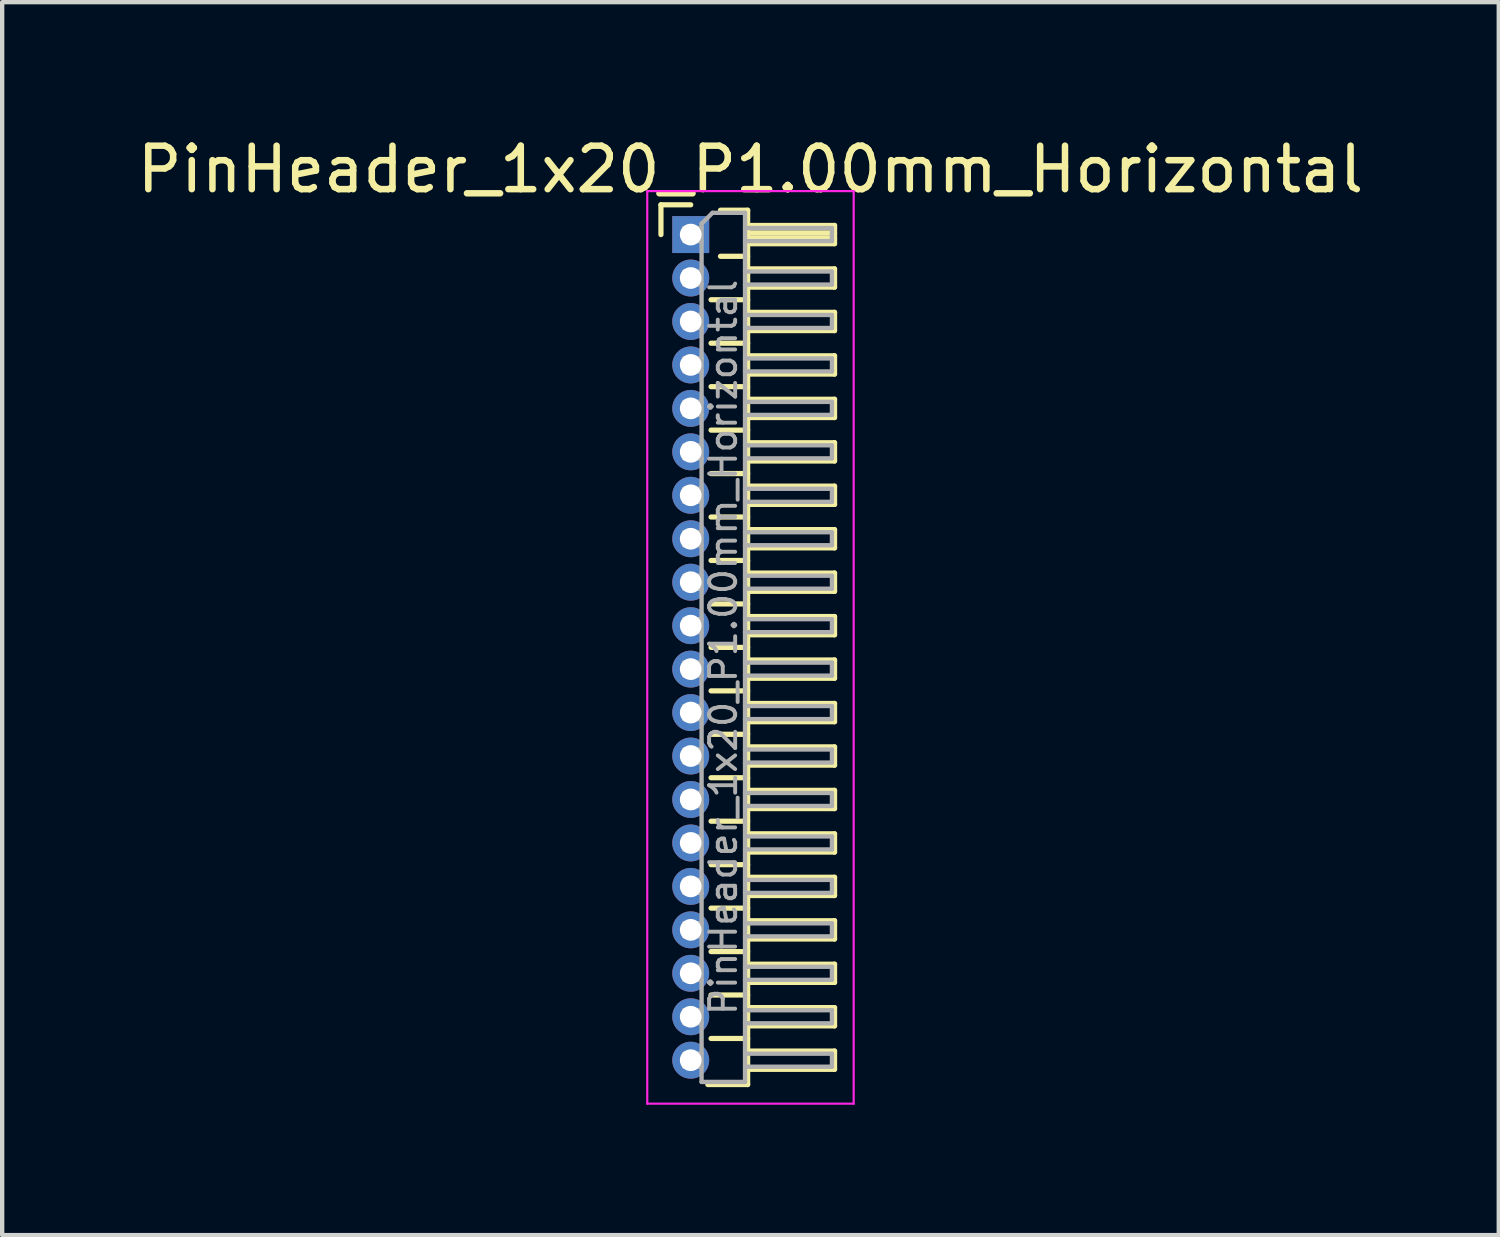
<source format=kicad_pcb>
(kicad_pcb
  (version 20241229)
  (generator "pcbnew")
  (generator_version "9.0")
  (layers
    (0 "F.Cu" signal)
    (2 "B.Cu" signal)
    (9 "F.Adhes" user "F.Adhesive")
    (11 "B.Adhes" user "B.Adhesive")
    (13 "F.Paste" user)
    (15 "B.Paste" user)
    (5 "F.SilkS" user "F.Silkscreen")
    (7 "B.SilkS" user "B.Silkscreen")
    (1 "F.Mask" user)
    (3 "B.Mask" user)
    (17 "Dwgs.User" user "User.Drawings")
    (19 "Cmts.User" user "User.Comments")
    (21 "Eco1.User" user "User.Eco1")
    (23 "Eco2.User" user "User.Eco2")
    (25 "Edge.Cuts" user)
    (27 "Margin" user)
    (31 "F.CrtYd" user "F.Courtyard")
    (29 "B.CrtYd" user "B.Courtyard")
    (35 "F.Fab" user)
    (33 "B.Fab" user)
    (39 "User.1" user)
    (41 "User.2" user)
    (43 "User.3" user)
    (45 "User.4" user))
  (footprint "PinHeader_1x20_P1.00mm_Horizontal"
    (layer "F.Cu")
    (at 12.845 2.348)
    (property "Reference" "PinHeader_1x20_P1.00mm_Horizontal" (at 1.375 -1.5 0) (layer "F.SilkS") (effects (font (size 1 1) (thickness 0.15))))
    (attr through_hole)
    (fp_line (start -0.685 -0.685) (end 0 -0.685) (stroke (width 0.12) (type solid)) (layer "F.SilkS"))
    (fp_line (start -0.685 0) (end -0.685 -0.685) (stroke (width 0.12) (type solid)) (layer "F.SilkS"))
    (fp_line (start 0.468 1.5) (end 1.31 1.5) (stroke (width 0.12) (type solid)) (layer "F.SilkS"))
    (fp_line (start 0.468 2.5) (end 1.31 2.5) (stroke (width 0.12) (type solid)) (layer "F.SilkS"))
    (fp_line (start 0.468 3.5) (end 1.31 3.5) (stroke (width 0.12) (type solid)) (layer "F.SilkS"))
    (fp_line (start 0.468 4.5) (end 1.31 4.5) (stroke (width 0.12) (type solid)) (layer "F.SilkS"))
    (fp_line (start 0.468 5.5) (end 1.31 5.5) (stroke (width 0.12) (type solid)) (layer "F.SilkS"))
    (fp_line (start 0.468 6.5) (end 1.31 6.5) (stroke (width 0.12) (type solid)) (layer "F.SilkS"))
    (fp_line (start 0.468 7.5) (end 1.31 7.5) (stroke (width 0.12) (type solid)) (layer "F.SilkS"))
    (fp_line (start 0.468 8.5) (end 1.31 8.5) (stroke (width 0.12) (type solid)) (layer "F.SilkS"))
    (fp_line (start 0.468 9.5) (end 1.31 9.5) (stroke (width 0.12) (type solid)) (layer "F.SilkS"))
    (fp_line (start 0.468 10.5) (end 1.31 10.5) (stroke (width 0.12) (type solid)) (layer "F.SilkS"))
    (fp_line (start 0.468 11.5) (end 1.31 11.5) (stroke (width 0.12) (type solid)) (layer "F.SilkS"))
    (fp_line (start 0.468 12.5) (end 1.31 12.5) (stroke (width 0.12) (type solid)) (layer "F.SilkS"))
    (fp_line (start 0.468 13.5) (end 1.31 13.5) (stroke (width 0.12) (type solid)) (layer "F.SilkS"))
    (fp_line (start 0.468 14.5) (end 1.31 14.5) (stroke (width 0.12) (type solid)) (layer "F.SilkS"))
    (fp_line (start 0.468 15.5) (end 1.31 15.5) (stroke (width 0.12) (type solid)) (layer "F.SilkS"))
    (fp_line (start 0.468 16.5) (end 1.31 16.5) (stroke (width 0.12) (type solid)) (layer "F.SilkS"))
    (fp_line (start 0.468 17.5) (end 1.31 17.5) (stroke (width 0.12) (type solid)) (layer "F.SilkS"))
    (fp_line (start 0.468 18.5) (end 1.31 18.5) (stroke (width 0.12) (type solid)) (layer "F.SilkS"))
    (fp_line (start 0.685 -0.56) (end 1.31 -0.56) (stroke (width 0.12) (type solid)) (layer "F.SilkS"))
    (fp_line (start 0.685 0.5) (end 1.31 0.5) (stroke (width 0.12) (type solid)) (layer "F.SilkS"))
    (fp_line (start 1.31 -0.56) (end 1.31 19.56) (stroke (width 0.12) (type solid)) (layer "F.SilkS"))
    (fp_line (start 1.31 -0.21) (end 3.31 -0.21) (stroke (width 0.12) (type solid)) (layer "F.SilkS"))
    (fp_line (start 1.31 -0.15) (end 3.31 -0.15) (stroke (width 0.12) (type solid)) (layer "F.SilkS"))
    (fp_line (start 1.31 -0.03) (end 3.31 -0.03) (stroke (width 0.12) (type solid)) (layer "F.SilkS"))
    (fp_line (start 1.31 0.09) (end 3.31 0.09) (stroke (width 0.12) (type solid)) (layer "F.SilkS"))
    (fp_line (start 1.31 0.79) (end 3.31 0.79) (stroke (width 0.12) (type solid)) (layer "F.SilkS"))
    (fp_line (start 1.31 1.79) (end 3.31 1.79) (stroke (width 0.12) (type solid)) (layer "F.SilkS"))
    (fp_line (start 1.31 2.79) (end 3.31 2.79) (stroke (width 0.12) (type solid)) (layer "F.SilkS"))
    (fp_line (start 1.31 3.79) (end 3.31 3.79) (stroke (width 0.12) (type solid)) (layer "F.SilkS"))
    (fp_line (start 1.31 4.79) (end 3.31 4.79) (stroke (width 0.12) (type solid)) (layer "F.SilkS"))
    (fp_line (start 1.31 5.79) (end 3.31 5.79) (stroke (width 0.12) (type solid)) (layer "F.SilkS"))
    (fp_line (start 1.31 6.79) (end 3.31 6.79) (stroke (width 0.12) (type solid)) (layer "F.SilkS"))
    (fp_line (start 1.31 7.79) (end 3.31 7.79) (stroke (width 0.12) (type solid)) (layer "F.SilkS"))
    (fp_line (start 1.31 8.79) (end 3.31 8.79) (stroke (width 0.12) (type solid)) (layer "F.SilkS"))
    (fp_line (start 1.31 9.79) (end 3.31 9.79) (stroke (width 0.12) (type solid)) (layer "F.SilkS"))
    (fp_line (start 1.31 10.79) (end 3.31 10.79) (stroke (width 0.12) (type solid)) (layer "F.SilkS"))
    (fp_line (start 1.31 11.79) (end 3.31 11.79) (stroke (width 0.12) (type solid)) (layer "F.SilkS"))
    (fp_line (start 1.31 12.79) (end 3.31 12.79) (stroke (width 0.12) (type solid)) (layer "F.SilkS"))
    (fp_line (start 1.31 13.79) (end 3.31 13.79) (stroke (width 0.12) (type solid)) (layer "F.SilkS"))
    (fp_line (start 1.31 14.79) (end 3.31 14.79) (stroke (width 0.12) (type solid)) (layer "F.SilkS"))
    (fp_line (start 1.31 15.79) (end 3.31 15.79) (stroke (width 0.12) (type solid)) (layer "F.SilkS"))
    (fp_line (start 1.31 16.79) (end 3.31 16.79) (stroke (width 0.12) (type solid)) (layer "F.SilkS"))
    (fp_line (start 1.31 17.79) (end 3.31 17.79) (stroke (width 0.12) (type solid)) (layer "F.SilkS"))
    (fp_line (start 1.31 18.79) (end 3.31 18.79) (stroke (width 0.12) (type solid)) (layer "F.SilkS"))
    (fp_line (start 1.31 19.56) (end 0.394 19.56) (stroke (width 0.12) (type solid)) (layer "F.SilkS"))
    (fp_line (start 3.31 -0.21) (end 3.31 0.21) (stroke (width 0.12) (type solid)) (layer "F.SilkS"))
    (fp_line (start 3.31 0.21) (end 1.31 0.21) (stroke (width 0.12) (type solid)) (layer "F.SilkS"))
    (fp_line (start 3.31 0.79) (end 3.31 1.21) (stroke (width 0.12) (type solid)) (layer "F.SilkS"))
    (fp_line (start 3.31 1.21) (end 1.31 1.21) (stroke (width 0.12) (type solid)) (layer "F.SilkS"))
    (fp_line (start 3.31 1.79) (end 3.31 2.21) (stroke (width 0.12) (type solid)) (layer "F.SilkS"))
    (fp_line (start 3.31 2.21) (end 1.31 2.21) (stroke (width 0.12) (type solid)) (layer "F.SilkS"))
    (fp_line (start 3.31 2.79) (end 3.31 3.21) (stroke (width 0.12) (type solid)) (layer "F.SilkS"))
    (fp_line (start 3.31 3.21) (end 1.31 3.21) (stroke (width 0.12) (type solid)) (layer "F.SilkS"))
    (fp_line (start 3.31 3.79) (end 3.31 4.21) (stroke (width 0.12) (type solid)) (layer "F.SilkS"))
    (fp_line (start 3.31 4.21) (end 1.31 4.21) (stroke (width 0.12) (type solid)) (layer "F.SilkS"))
    (fp_line (start 3.31 4.79) (end 3.31 5.21) (stroke (width 0.12) (type solid)) (layer "F.SilkS"))
    (fp_line (start 3.31 5.21) (end 1.31 5.21) (stroke (width 0.12) (type solid)) (layer "F.SilkS"))
    (fp_line (start 3.31 5.79) (end 3.31 6.21) (stroke (width 0.12) (type solid)) (layer "F.SilkS"))
    (fp_line (start 3.31 6.21) (end 1.31 6.21) (stroke (width 0.12) (type solid)) (layer "F.SilkS"))
    (fp_line (start 3.31 6.79) (end 3.31 7.21) (stroke (width 0.12) (type solid)) (layer "F.SilkS"))
    (fp_line (start 3.31 7.21) (end 1.31 7.21) (stroke (width 0.12) (type solid)) (layer "F.SilkS"))
    (fp_line (start 3.31 7.79) (end 3.31 8.21) (stroke (width 0.12) (type solid)) (layer "F.SilkS"))
    (fp_line (start 3.31 8.21) (end 1.31 8.21) (stroke (width 0.12) (type solid)) (layer "F.SilkS"))
    (fp_line (start 3.31 8.79) (end 3.31 9.21) (stroke (width 0.12) (type solid)) (layer "F.SilkS"))
    (fp_line (start 3.31 9.21) (end 1.31 9.21) (stroke (width 0.12) (type solid)) (layer "F.SilkS"))
    (fp_line (start 3.31 9.79) (end 3.31 10.21) (stroke (width 0.12) (type solid)) (layer "F.SilkS"))
    (fp_line (start 3.31 10.21) (end 1.31 10.21) (stroke (width 0.12) (type solid)) (layer "F.SilkS"))
    (fp_line (start 3.31 10.79) (end 3.31 11.21) (stroke (width 0.12) (type solid)) (layer "F.SilkS"))
    (fp_line (start 3.31 11.21) (end 1.31 11.21) (stroke (width 0.12) (type solid)) (layer "F.SilkS"))
    (fp_line (start 3.31 11.79) (end 3.31 12.21) (stroke (width 0.12) (type solid)) (layer "F.SilkS"))
    (fp_line (start 3.31 12.21) (end 1.31 12.21) (stroke (width 0.12) (type solid)) (layer "F.SilkS"))
    (fp_line (start 3.31 12.79) (end 3.31 13.21) (stroke (width 0.12) (type solid)) (layer "F.SilkS"))
    (fp_line (start 3.31 13.21) (end 1.31 13.21) (stroke (width 0.12) (type solid)) (layer "F.SilkS"))
    (fp_line (start 3.31 13.79) (end 3.31 14.21) (stroke (width 0.12) (type solid)) (layer "F.SilkS"))
    (fp_line (start 3.31 14.21) (end 1.31 14.21) (stroke (width 0.12) (type solid)) (layer "F.SilkS"))
    (fp_line (start 3.31 14.79) (end 3.31 15.21) (stroke (width 0.12) (type solid)) (layer "F.SilkS"))
    (fp_line (start 3.31 15.21) (end 1.31 15.21) (stroke (width 0.12) (type solid)) (layer "F.SilkS"))
    (fp_line (start 3.31 15.79) (end 3.31 16.21) (stroke (width 0.12) (type solid)) (layer "F.SilkS"))
    (fp_line (start 3.31 16.21) (end 1.31 16.21) (stroke (width 0.12) (type solid)) (layer "F.SilkS"))
    (fp_line (start 3.31 16.79) (end 3.31 17.21) (stroke (width 0.12) (type solid)) (layer "F.SilkS"))
    (fp_line (start 3.31 17.21) (end 1.31 17.21) (stroke (width 0.12) (type solid)) (layer "F.SilkS"))
    (fp_line (start 3.31 17.79) (end 3.31 18.21) (stroke (width 0.12) (type solid)) (layer "F.SilkS"))
    (fp_line (start 3.31 18.21) (end 1.31 18.21) (stroke (width 0.12) (type solid)) (layer "F.SilkS"))
    (fp_line (start 3.31 18.79) (end 3.31 19.21) (stroke (width 0.12) (type solid)) (layer "F.SilkS"))
    (fp_line (start 3.31 19.21) (end 1.31 19.21) (stroke (width 0.12) (type solid)) (layer "F.SilkS"))
    (fp_line (start -1 -1) (end -1 20) (stroke (width 0.05) (type solid)) (layer "F.CrtYd"))
    (fp_line (start -1 20) (end 3.75 20) (stroke (width 0.05) (type solid)) (layer "F.CrtYd"))
    (fp_line (start 3.75 -1) (end -1 -1) (stroke (width 0.05) (type solid)) (layer "F.CrtYd"))
    (fp_line (start 3.75 20) (end 3.75 -1) (stroke (width 0.05) (type solid)) (layer "F.CrtYd"))
    (fp_line (start -0.15 -0.15) (end -0.15 0.15) (stroke (width 0.1) (type solid)) (layer "F.Fab"))
    (fp_line (start -0.15 -0.15) (end 0.25 -0.15) (stroke (width 0.1) (type solid)) (layer "F.Fab"))
    (fp_line (start -0.15 0.15) (end 0.25 0.15) (stroke (width 0.1) (type solid)) (layer "F.Fab"))
    (fp_line (start -0.15 0.85) (end -0.15 1.15) (stroke (width 0.1) (type solid)) (layer "F.Fab"))
    (fp_line (start -0.15 0.85) (end 0.25 0.85) (stroke (width 0.1) (type solid)) (layer "F.Fab"))
    (fp_line (start -0.15 1.15) (end 0.25 1.15) (stroke (width 0.1) (type solid)) (layer "F.Fab"))
    (fp_line (start -0.15 1.85) (end -0.15 2.15) (stroke (width 0.1) (type solid)) (layer "F.Fab"))
    (fp_line (start -0.15 1.85) (end 0.25 1.85) (stroke (width 0.1) (type solid)) (layer "F.Fab"))
    (fp_line (start -0.15 2.15) (end 0.25 2.15) (stroke (width 0.1) (type solid)) (layer "F.Fab"))
    (fp_line (start -0.15 2.85) (end -0.15 3.15) (stroke (width 0.1) (type solid)) (layer "F.Fab"))
    (fp_line (start -0.15 2.85) (end 0.25 2.85) (stroke (width 0.1) (type solid)) (layer "F.Fab"))
    (fp_line (start -0.15 3.15) (end 0.25 3.15) (stroke (width 0.1) (type solid)) (layer "F.Fab"))
    (fp_line (start -0.15 3.85) (end -0.15 4.15) (stroke (width 0.1) (type solid)) (layer "F.Fab"))
    (fp_line (start -0.15 3.85) (end 0.25 3.85) (stroke (width 0.1) (type solid)) (layer "F.Fab"))
    (fp_line (start -0.15 4.15) (end 0.25 4.15) (stroke (width 0.1) (type solid)) (layer "F.Fab"))
    (fp_line (start -0.15 4.85) (end -0.15 5.15) (stroke (width 0.1) (type solid)) (layer "F.Fab"))
    (fp_line (start -0.15 4.85) (end 0.25 4.85) (stroke (width 0.1) (type solid)) (layer "F.Fab"))
    (fp_line (start -0.15 5.15) (end 0.25 5.15) (stroke (width 0.1) (type solid)) (layer "F.Fab"))
    (fp_line (start -0.15 5.85) (end -0.15 6.15) (stroke (width 0.1) (type solid)) (layer "F.Fab"))
    (fp_line (start -0.15 5.85) (end 0.25 5.85) (stroke (width 0.1) (type solid)) (layer "F.Fab"))
    (fp_line (start -0.15 6.15) (end 0.25 6.15) (stroke (width 0.1) (type solid)) (layer "F.Fab"))
    (fp_line (start -0.15 6.85) (end -0.15 7.15) (stroke (width 0.1) (type solid)) (layer "F.Fab"))
    (fp_line (start -0.15 6.85) (end 0.25 6.85) (stroke (width 0.1) (type solid)) (layer "F.Fab"))
    (fp_line (start -0.15 7.15) (end 0.25 7.15) (stroke (width 0.1) (type solid)) (layer "F.Fab"))
    (fp_line (start -0.15 7.85) (end -0.15 8.15) (stroke (width 0.1) (type solid)) (layer "F.Fab"))
    (fp_line (start -0.15 7.85) (end 0.25 7.85) (stroke (width 0.1) (type solid)) (layer "F.Fab"))
    (fp_line (start -0.15 8.15) (end 0.25 8.15) (stroke (width 0.1) (type solid)) (layer "F.Fab"))
    (fp_line (start -0.15 8.85) (end -0.15 9.15) (stroke (width 0.1) (type solid)) (layer "F.Fab"))
    (fp_line (start -0.15 8.85) (end 0.25 8.85) (stroke (width 0.1) (type solid)) (layer "F.Fab"))
    (fp_line (start -0.15 9.15) (end 0.25 9.15) (stroke (width 0.1) (type solid)) (layer "F.Fab"))
    (fp_line (start -0.15 9.85) (end -0.15 10.15) (stroke (width 0.1) (type solid)) (layer "F.Fab"))
    (fp_line (start -0.15 9.85) (end 0.25 9.85) (stroke (width 0.1) (type solid)) (layer "F.Fab"))
    (fp_line (start -0.15 10.15) (end 0.25 10.15) (stroke (width 0.1) (type solid)) (layer "F.Fab"))
    (fp_line (start -0.15 10.85) (end -0.15 11.15) (stroke (width 0.1) (type solid)) (layer "F.Fab"))
    (fp_line (start -0.15 10.85) (end 0.25 10.85) (stroke (width 0.1) (type solid)) (layer "F.Fab"))
    (fp_line (start -0.15 11.15) (end 0.25 11.15) (stroke (width 0.1) (type solid)) (layer "F.Fab"))
    (fp_line (start -0.15 11.85) (end -0.15 12.15) (stroke (width 0.1) (type solid)) (layer "F.Fab"))
    (fp_line (start -0.15 11.85) (end 0.25 11.85) (stroke (width 0.1) (type solid)) (layer "F.Fab"))
    (fp_line (start -0.15 12.15) (end 0.25 12.15) (stroke (width 0.1) (type solid)) (layer "F.Fab"))
    (fp_line (start -0.15 12.85) (end -0.15 13.15) (stroke (width 0.1) (type solid)) (layer "F.Fab"))
    (fp_line (start -0.15 12.85) (end 0.25 12.85) (stroke (width 0.1) (type solid)) (layer "F.Fab"))
    (fp_line (start -0.15 13.15) (end 0.25 13.15) (stroke (width 0.1) (type solid)) (layer "F.Fab"))
    (fp_line (start -0.15 13.85) (end -0.15 14.15) (stroke (width 0.1) (type solid)) (layer "F.Fab"))
    (fp_line (start -0.15 13.85) (end 0.25 13.85) (stroke (width 0.1) (type solid)) (layer "F.Fab"))
    (fp_line (start -0.15 14.15) (end 0.25 14.15) (stroke (width 0.1) (type solid)) (layer "F.Fab"))
    (fp_line (start -0.15 14.85) (end -0.15 15.15) (stroke (width 0.1) (type solid)) (layer "F.Fab"))
    (fp_line (start -0.15 14.85) (end 0.25 14.85) (stroke (width 0.1) (type solid)) (layer "F.Fab"))
    (fp_line (start -0.15 15.15) (end 0.25 15.15) (stroke (width 0.1) (type solid)) (layer "F.Fab"))
    (fp_line (start -0.15 15.85) (end -0.15 16.15) (stroke (width 0.1) (type solid)) (layer "F.Fab"))
    (fp_line (start -0.15 15.85) (end 0.25 15.85) (stroke (width 0.1) (type solid)) (layer "F.Fab"))
    (fp_line (start -0.15 16.15) (end 0.25 16.15) (stroke (width 0.1) (type solid)) (layer "F.Fab"))
    (fp_line (start -0.15 16.85) (end -0.15 17.15) (stroke (width 0.1) (type solid)) (layer "F.Fab"))
    (fp_line (start -0.15 16.85) (end 0.25 16.85) (stroke (width 0.1) (type solid)) (layer "F.Fab"))
    (fp_line (start -0.15 17.15) (end 0.25 17.15) (stroke (width 0.1) (type solid)) (layer "F.Fab"))
    (fp_line (start -0.15 17.85) (end -0.15 18.15) (stroke (width 0.1) (type solid)) (layer "F.Fab"))
    (fp_line (start -0.15 17.85) (end 0.25 17.85) (stroke (width 0.1) (type solid)) (layer "F.Fab"))
    (fp_line (start -0.15 18.15) (end 0.25 18.15) (stroke (width 0.1) (type solid)) (layer "F.Fab"))
    (fp_line (start -0.15 18.85) (end -0.15 19.15) (stroke (width 0.1) (type solid)) (layer "F.Fab"))
    (fp_line (start -0.15 18.85) (end 0.25 18.85) (stroke (width 0.1) (type solid)) (layer "F.Fab"))
    (fp_line (start -0.15 19.15) (end 0.25 19.15) (stroke (width 0.1) (type solid)) (layer "F.Fab"))
    (fp_line (start 0.25 -0.25) (end 0.5 -0.5) (stroke (width 0.1) (type solid)) (layer "F.Fab"))
    (fp_line (start 0.25 19.5) (end 0.25 -0.25) (stroke (width 0.1) (type solid)) (layer "F.Fab"))
    (fp_line (start 0.5 -0.5) (end 1.25 -0.5) (stroke (width 0.1) (type solid)) (layer "F.Fab"))
    (fp_line (start 1.25 -0.5) (end 1.25 19.5) (stroke (width 0.1) (type solid)) (layer "F.Fab"))
    (fp_line (start 1.25 -0.15) (end 3.25 -0.15) (stroke (width 0.1) (type solid)) (layer "F.Fab"))
    (fp_line (start 1.25 0.15) (end 3.25 0.15) (stroke (width 0.1) (type solid)) (layer "F.Fab"))
    (fp_line (start 1.25 0.85) (end 3.25 0.85) (stroke (width 0.1) (type solid)) (layer "F.Fab"))
    (fp_line (start 1.25 1.15) (end 3.25 1.15) (stroke (width 0.1) (type solid)) (layer "F.Fab"))
    (fp_line (start 1.25 1.85) (end 3.25 1.85) (stroke (width 0.1) (type solid)) (layer "F.Fab"))
    (fp_line (start 1.25 2.15) (end 3.25 2.15) (stroke (width 0.1) (type solid)) (layer "F.Fab"))
    (fp_line (start 1.25 2.85) (end 3.25 2.85) (stroke (width 0.1) (type solid)) (layer "F.Fab"))
    (fp_line (start 1.25 3.15) (end 3.25 3.15) (stroke (width 0.1) (type solid)) (layer "F.Fab"))
    (fp_line (start 1.25 3.85) (end 3.25 3.85) (stroke (width 0.1) (type solid)) (layer "F.Fab"))
    (fp_line (start 1.25 4.15) (end 3.25 4.15) (stroke (width 0.1) (type solid)) (layer "F.Fab"))
    (fp_line (start 1.25 4.85) (end 3.25 4.85) (stroke (width 0.1) (type solid)) (layer "F.Fab"))
    (fp_line (start 1.25 5.15) (end 3.25 5.15) (stroke (width 0.1) (type solid)) (layer "F.Fab"))
    (fp_line (start 1.25 5.85) (end 3.25 5.85) (stroke (width 0.1) (type solid)) (layer "F.Fab"))
    (fp_line (start 1.25 6.15) (end 3.25 6.15) (stroke (width 0.1) (type solid)) (layer "F.Fab"))
    (fp_line (start 1.25 6.85) (end 3.25 6.85) (stroke (width 0.1) (type solid)) (layer "F.Fab"))
    (fp_line (start 1.25 7.15) (end 3.25 7.15) (stroke (width 0.1) (type solid)) (layer "F.Fab"))
    (fp_line (start 1.25 7.85) (end 3.25 7.85) (stroke (width 0.1) (type solid)) (layer "F.Fab"))
    (fp_line (start 1.25 8.15) (end 3.25 8.15) (stroke (width 0.1) (type solid)) (layer "F.Fab"))
    (fp_line (start 1.25 8.85) (end 3.25 8.85) (stroke (width 0.1) (type solid)) (layer "F.Fab"))
    (fp_line (start 1.25 9.15) (end 3.25 9.15) (stroke (width 0.1) (type solid)) (layer "F.Fab"))
    (fp_line (start 1.25 9.85) (end 3.25 9.85) (stroke (width 0.1) (type solid)) (layer "F.Fab"))
    (fp_line (start 1.25 10.15) (end 3.25 10.15) (stroke (width 0.1) (type solid)) (layer "F.Fab"))
    (fp_line (start 1.25 10.85) (end 3.25 10.85) (stroke (width 0.1) (type solid)) (layer "F.Fab"))
    (fp_line (start 1.25 11.15) (end 3.25 11.15) (stroke (width 0.1) (type solid)) (layer "F.Fab"))
    (fp_line (start 1.25 11.85) (end 3.25 11.85) (stroke (width 0.1) (type solid)) (layer "F.Fab"))
    (fp_line (start 1.25 12.15) (end 3.25 12.15) (stroke (width 0.1) (type solid)) (layer "F.Fab"))
    (fp_line (start 1.25 12.85) (end 3.25 12.85) (stroke (width 0.1) (type solid)) (layer "F.Fab"))
    (fp_line (start 1.25 13.15) (end 3.25 13.15) (stroke (width 0.1) (type solid)) (layer "F.Fab"))
    (fp_line (start 1.25 13.85) (end 3.25 13.85) (stroke (width 0.1) (type solid)) (layer "F.Fab"))
    (fp_line (start 1.25 14.15) (end 3.25 14.15) (stroke (width 0.1) (type solid)) (layer "F.Fab"))
    (fp_line (start 1.25 14.85) (end 3.25 14.85) (stroke (width 0.1) (type solid)) (layer "F.Fab"))
    (fp_line (start 1.25 15.15) (end 3.25 15.15) (stroke (width 0.1) (type solid)) (layer "F.Fab"))
    (fp_line (start 1.25 15.85) (end 3.25 15.85) (stroke (width 0.1) (type solid)) (layer "F.Fab"))
    (fp_line (start 1.25 16.15) (end 3.25 16.15) (stroke (width 0.1) (type solid)) (layer "F.Fab"))
    (fp_line (start 1.25 16.85) (end 3.25 16.85) (stroke (width 0.1) (type solid)) (layer "F.Fab"))
    (fp_line (start 1.25 17.15) (end 3.25 17.15) (stroke (width 0.1) (type solid)) (layer "F.Fab"))
    (fp_line (start 1.25 17.85) (end 3.25 17.85) (stroke (width 0.1) (type solid)) (layer "F.Fab"))
    (fp_line (start 1.25 18.15) (end 3.25 18.15) (stroke (width 0.1) (type solid)) (layer "F.Fab"))
    (fp_line (start 1.25 18.85) (end 3.25 18.85) (stroke (width 0.1) (type solid)) (layer "F.Fab"))
    (fp_line (start 1.25 19.15) (end 3.25 19.15) (stroke (width 0.1) (type solid)) (layer "F.Fab"))
    (fp_line (start 1.25 19.5) (end 0.25 19.5) (stroke (width 0.1) (type solid)) (layer "F.Fab"))
    (fp_line (start 3.25 -0.15) (end 3.25 0.15) (stroke (width 0.1) (type solid)) (layer "F.Fab"))
    (fp_line (start 3.25 0.85) (end 3.25 1.15) (stroke (width 0.1) (type solid)) (layer "F.Fab"))
    (fp_line (start 3.25 1.85) (end 3.25 2.15) (stroke (width 0.1) (type solid)) (layer "F.Fab"))
    (fp_line (start 3.25 2.85) (end 3.25 3.15) (stroke (width 0.1) (type solid)) (layer "F.Fab"))
    (fp_line (start 3.25 3.85) (end 3.25 4.15) (stroke (width 0.1) (type solid)) (layer "F.Fab"))
    (fp_line (start 3.25 4.85) (end 3.25 5.15) (stroke (width 0.1) (type solid)) (layer "F.Fab"))
    (fp_line (start 3.25 5.85) (end 3.25 6.15) (stroke (width 0.1) (type solid)) (layer "F.Fab"))
    (fp_line (start 3.25 6.85) (end 3.25 7.15) (stroke (width 0.1) (type solid)) (layer "F.Fab"))
    (fp_line (start 3.25 7.85) (end 3.25 8.15) (stroke (width 0.1) (type solid)) (layer "F.Fab"))
    (fp_line (start 3.25 8.85) (end 3.25 9.15) (stroke (width 0.1) (type solid)) (layer "F.Fab"))
    (fp_line (start 3.25 9.85) (end 3.25 10.15) (stroke (width 0.1) (type solid)) (layer "F.Fab"))
    (fp_line (start 3.25 10.85) (end 3.25 11.15) (stroke (width 0.1) (type solid)) (layer "F.Fab"))
    (fp_line (start 3.25 11.85) (end 3.25 12.15) (stroke (width 0.1) (type solid)) (layer "F.Fab"))
    (fp_line (start 3.25 12.85) (end 3.25 13.15) (stroke (width 0.1) (type solid)) (layer "F.Fab"))
    (fp_line (start 3.25 13.85) (end 3.25 14.15) (stroke (width 0.1) (type solid)) (layer "F.Fab"))
    (fp_line (start 3.25 14.85) (end 3.25 15.15) (stroke (width 0.1) (type solid)) (layer "F.Fab"))
    (fp_line (start 3.25 15.85) (end 3.25 16.15) (stroke (width 0.1) (type solid)) (layer "F.Fab"))
    (fp_line (start 3.25 16.85) (end 3.25 17.15) (stroke (width 0.1) (type solid)) (layer "F.Fab"))
    (fp_line (start 3.25 17.85) (end 3.25 18.15) (stroke (width 0.1) (type solid)) (layer "F.Fab"))
    (fp_line (start 3.25 18.85) (end 3.25 19.15) (stroke (width 0.1) (type solid)) (layer "F.Fab"))
    (fp_text user "${REFERENCE}" (at 0.75 9.5 90) (layer "F.Fab") (effects (font (size 0.6 0.6) (thickness 0.09))))
    (pad "1" thru_hole rect (at 0 0) (size 0.85 0.85) (drill 0.5) (layers "*.Cu" "*.Mask"))
    (pad "2" thru_hole oval (at 0 1) (size 0.85 0.85) (drill 0.5) (layers "*.Cu" "*.Mask"))
    (pad "3" thru_hole oval (at 0 2) (size 0.85 0.85) (drill 0.5) (layers "*.Cu" "*.Mask"))
    (pad "4" thru_hole oval (at 0 3) (size 0.85 0.85) (drill 0.5) (layers "*.Cu" "*.Mask"))
    (pad "5" thru_hole oval (at 0 4) (size 0.85 0.85) (drill 0.5) (layers "*.Cu" "*.Mask"))
    (pad "6" thru_hole oval (at 0 5) (size 0.85 0.85) (drill 0.5) (layers "*.Cu" "*.Mask"))
    (pad "7" thru_hole oval (at 0 6) (size 0.85 0.85) (drill 0.5) (layers "*.Cu" "*.Mask"))
    (pad "8" thru_hole oval (at 0 7) (size 0.85 0.85) (drill 0.5) (layers "*.Cu" "*.Mask"))
    (pad "9" thru_hole oval (at 0 8) (size 0.85 0.85) (drill 0.5) (layers "*.Cu" "*.Mask"))
    (pad "10" thru_hole oval (at 0 9) (size 0.85 0.85) (drill 0.5) (layers "*.Cu" "*.Mask"))
    (pad "11" thru_hole oval (at 0 10) (size 0.85 0.85) (drill 0.5) (layers "*.Cu" "*.Mask"))
    (pad "12" thru_hole oval (at 0 11) (size 0.85 0.85) (drill 0.5) (layers "*.Cu" "*.Mask"))
    (pad "13" thru_hole oval (at 0 12) (size 0.85 0.85) (drill 0.5) (layers "*.Cu" "*.Mask"))
    (pad "14" thru_hole oval (at 0 13) (size 0.85 0.85) (drill 0.5) (layers "*.Cu" "*.Mask"))
    (pad "15" thru_hole oval (at 0 14) (size 0.85 0.85) (drill 0.5) (layers "*.Cu" "*.Mask"))
    (pad "16" thru_hole oval (at 0 15) (size 0.85 0.85) (drill 0.5) (layers "*.Cu" "*.Mask"))
    (pad "17" thru_hole oval (at 0 16) (size 0.85 0.85) (drill 0.5) (layers "*.Cu" "*.Mask"))
    (pad "18" thru_hole oval (at 0 17) (size 0.85 0.85) (drill 0.5) (layers "*.Cu" "*.Mask"))
    (pad "19" thru_hole oval (at 0 18) (size 0.85 0.85) (drill 0.5) (layers "*.Cu" "*.Mask"))
    (pad "20" thru_hole oval (at 0 19) (size 0.85 0.85) (drill 0.5) (layers "*.Cu" "*.Mask")))
  (gr_rect
    (start -3 -3)
    (end 31.44 25.373)
    (stroke (width 0.1) (type default))
    (fill no)
    (layer "Edge.Cuts")))
</source>
